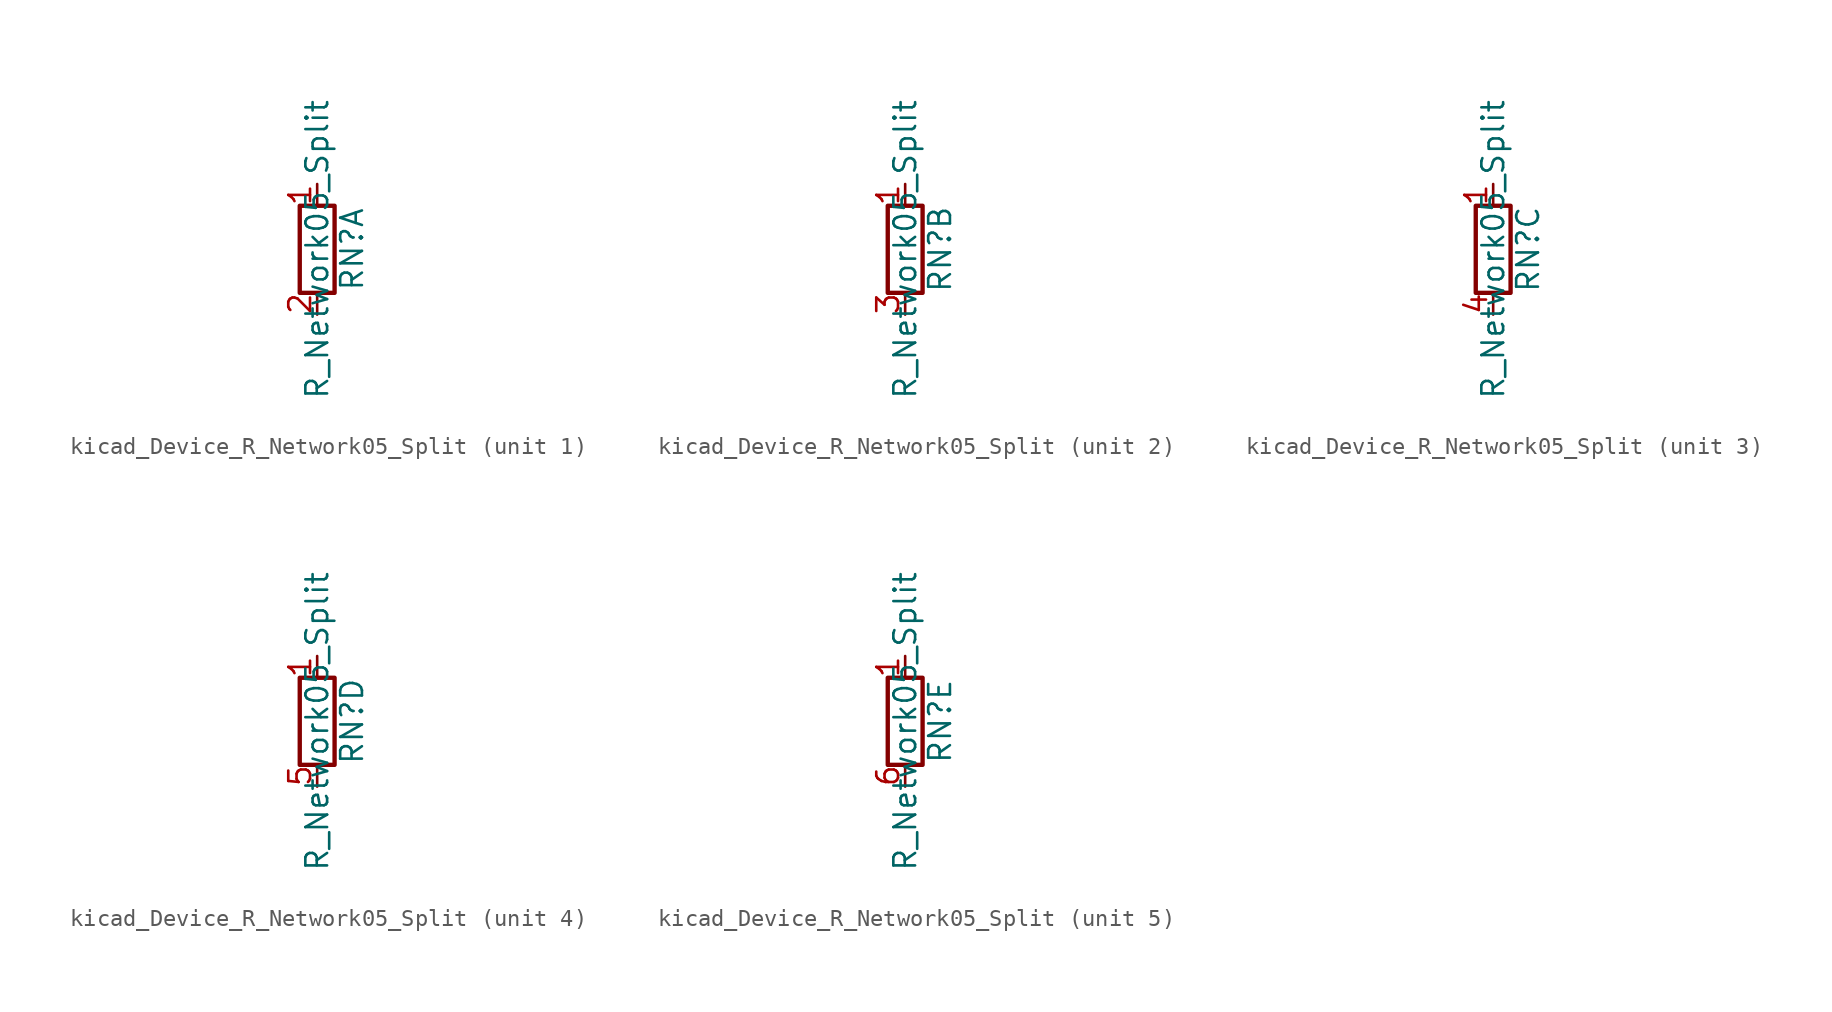
<source format=kicad_sym>
(kicad_symbol_lib
  (version 20220914)
  (generator kicad_symbol_editor)
  (symbol "kicad_Device_R_Network05_Split"
    (pin_names
      (offset 0) hide)
    (property "Reference" "RN"
      (at 2.032 0 90)
      (effects (font (size 1.27 1.27))))
    (property "Value" "R_Network05_Split"
      (at 0 0 90)
      (effects (font (size 1.27 1.27))))
    (symbol "kicad_Device_R_Network05_Split_0_1"
      (rectangle (start 1.016 2.54) (end -1.016 -2.54) (stroke (width 0.254) (type default)) (fill (type none)))
      (pin passive line (at 0 3.81 270) (length 1.27) (name "R1" (effects (font (size 1.27 1.27)))) (number "1" (effects (font (size 1.27 1.27))))))
    (symbol "kicad_Device_R_Network05_Split_1_1"
      (pin passive line (at 0 -3.81 90) (length 1.27) (name "R1.2" (effects (font (size 1.27 1.27)))) (number "2" (effects (font (size 1.27 1.27))))))
    (symbol "kicad_Device_R_Network05_Split_2_1"
      (pin passive line (at 0 -3.81 90) (length 1.27) (name "R2.2" (effects (font (size 1.27 1.27)))) (number "3" (effects (font (size 1.27 1.27))))))
    (symbol "kicad_Device_R_Network05_Split_3_1"
      (pin passive line (at 0 -3.81 90) (length 1.27) (name "R3.2" (effects (font (size 1.27 1.27)))) (number "4" (effects (font (size 1.27 1.27))))))
    (symbol "kicad_Device_R_Network05_Split_4_1"
      (pin passive line (at 0 -3.81 90) (length 1.27) (name "R4.2" (effects (font (size 1.27 1.27)))) (number "5" (effects (font (size 1.27 1.27))))))
    (symbol "kicad_Device_R_Network05_Split_5_1"
      (pin passive line (at 0 -3.81 90) (length 1.27) (name "R5.2" (effects (font (size 1.27 1.27)))) (number "6" (effects (font (size 1.27 1.27))))))))
</source>
